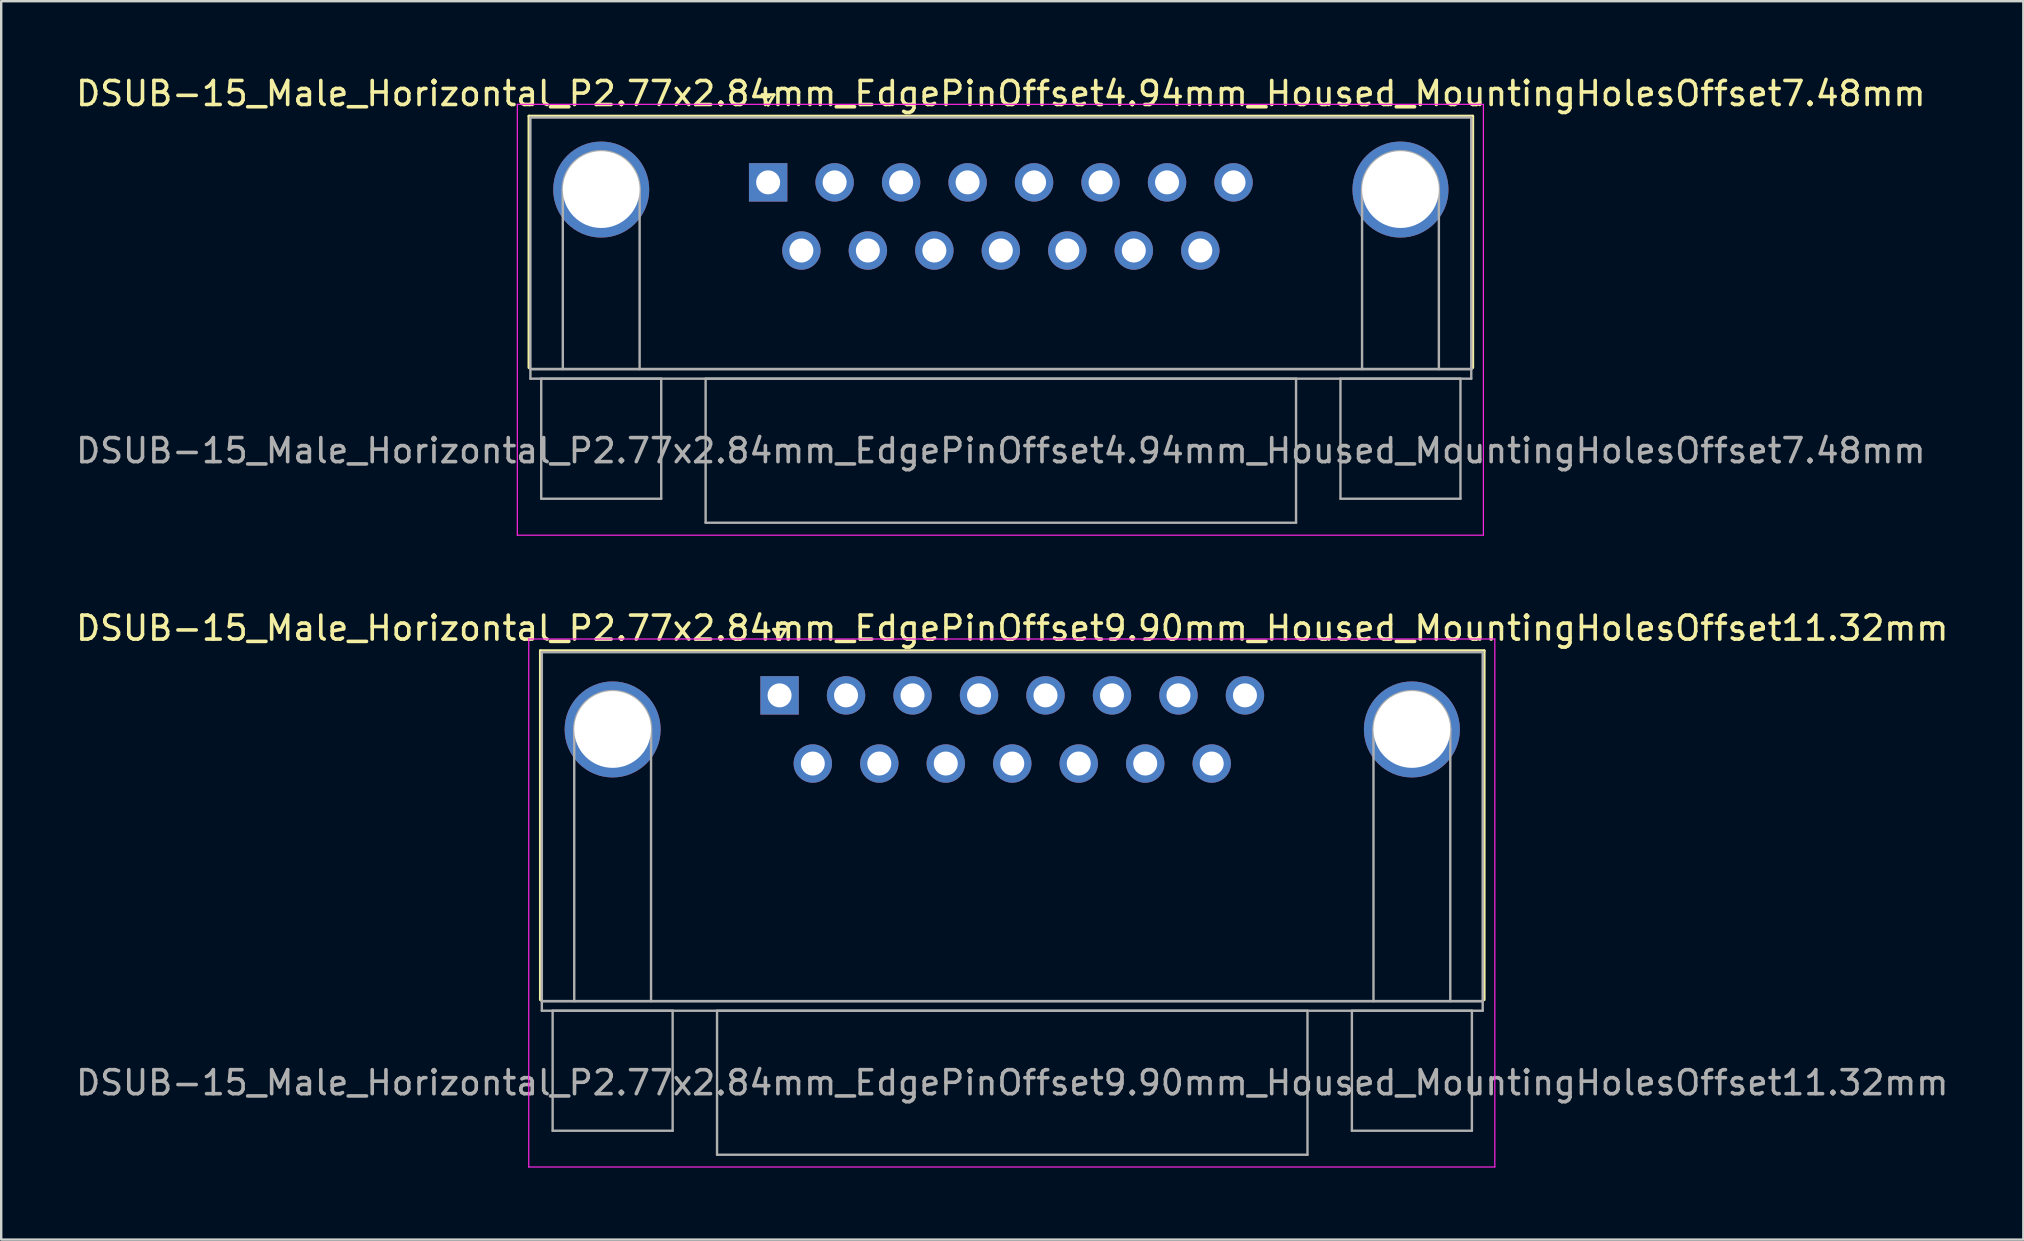
<source format=kicad_pcb>
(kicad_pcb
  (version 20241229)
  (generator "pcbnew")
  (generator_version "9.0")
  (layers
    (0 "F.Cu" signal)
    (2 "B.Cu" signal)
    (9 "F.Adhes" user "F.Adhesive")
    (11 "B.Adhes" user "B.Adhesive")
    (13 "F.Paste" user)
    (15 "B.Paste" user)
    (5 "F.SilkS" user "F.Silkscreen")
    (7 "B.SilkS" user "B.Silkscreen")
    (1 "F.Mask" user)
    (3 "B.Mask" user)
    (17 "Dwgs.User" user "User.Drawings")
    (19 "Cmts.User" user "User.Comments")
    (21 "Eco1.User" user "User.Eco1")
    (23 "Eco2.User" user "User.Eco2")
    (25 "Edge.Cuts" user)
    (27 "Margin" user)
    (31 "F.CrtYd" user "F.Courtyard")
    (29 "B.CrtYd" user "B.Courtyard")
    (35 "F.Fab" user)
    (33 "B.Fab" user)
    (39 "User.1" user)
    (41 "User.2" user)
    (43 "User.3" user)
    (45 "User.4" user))
  (footprint "DSUB-15_Male_Horizontal_P2.77x2.84mm_EdgePinOffset9.90mm_Housed_MountingHolesOffset11.32mm"
    (layer "F.Cu")
    (at 29.43 25.922)
    (property "Reference" "DSUB-15_Male_Horizontal_P2.77x2.84mm_EdgePinOffset9.90mm_Housed_MountingHolesOffset11.32mm" (at 9.695 -2.8 0) (layer "F.SilkS") (effects (font (size 1 1) (thickness 0.15))))
    (attr through_hole)
    (fp_line (start -9.965 -1.86) (end 29.355 -1.86) (stroke (width 0.12) (type solid)) (layer "F.SilkS"))
    (fp_line (start -9.965 12.68) (end -9.965 -1.86) (stroke (width 0.12) (type solid)) (layer "F.SilkS"))
    (fp_line (start -0.25 -2.754) (end 0.25 -2.754) (stroke (width 0.12) (type solid)) (layer "F.SilkS"))
    (fp_line (start 0 -2.321) (end -0.25 -2.754) (stroke (width 0.12) (type solid)) (layer "F.SilkS"))
    (fp_line (start 0.25 -2.754) (end 0 -2.321) (stroke (width 0.12) (type solid)) (layer "F.SilkS"))
    (fp_line (start 29.355 -1.86) (end 29.355 12.68) (stroke (width 0.12) (type solid)) (layer "F.SilkS"))
    (fp_line (start -10.45 -2.35) (end -10.45 19.65) (stroke (width 0.05) (type solid)) (layer "F.CrtYd"))
    (fp_line (start -10.45 19.65) (end 29.8 19.65) (stroke (width 0.05) (type solid)) (layer "F.CrtYd"))
    (fp_line (start 29.8 -2.35) (end -10.45 -2.35) (stroke (width 0.05) (type solid)) (layer "F.CrtYd"))
    (fp_line (start 29.8 19.65) (end 29.8 -2.35) (stroke (width 0.05) (type solid)) (layer "F.CrtYd"))
    (fp_line (start -9.905 -1.8) (end -9.905 12.74) (stroke (width 0.1) (type solid)) (layer "F.Fab"))
    (fp_line (start -9.905 12.74) (end -9.905 13.14) (stroke (width 0.1) (type solid)) (layer "F.Fab"))
    (fp_line (start -9.905 12.74) (end 29.295 12.74) (stroke (width 0.1) (type solid)) (layer "F.Fab"))
    (fp_line (start -9.905 13.14) (end 29.295 13.14) (stroke (width 0.1) (type solid)) (layer "F.Fab"))
    (fp_line (start -9.455 13.14) (end -9.455 18.14) (stroke (width 0.1) (type solid)) (layer "F.Fab"))
    (fp_line (start -9.455 18.14) (end -4.455 18.14) (stroke (width 0.1) (type solid)) (layer "F.Fab"))
    (fp_line (start -8.555 12.74) (end -8.555 1.42) (stroke (width 0.1) (type solid)) (layer "F.Fab"))
    (fp_line (start -5.355 12.74) (end -5.355 1.42) (stroke (width 0.1) (type solid)) (layer "F.Fab"))
    (fp_line (start -4.455 13.14) (end -9.455 13.14) (stroke (width 0.1) (type solid)) (layer "F.Fab"))
    (fp_line (start -4.455 18.14) (end -4.455 13.14) (stroke (width 0.1) (type solid)) (layer "F.Fab"))
    (fp_line (start -2.605 13.14) (end -2.605 19.14) (stroke (width 0.1) (type solid)) (layer "F.Fab"))
    (fp_line (start -2.605 19.14) (end 21.995 19.14) (stroke (width 0.1) (type solid)) (layer "F.Fab"))
    (fp_line (start 21.995 13.14) (end -2.605 13.14) (stroke (width 0.1) (type solid)) (layer "F.Fab"))
    (fp_line (start 21.995 19.14) (end 21.995 13.14) (stroke (width 0.1) (type solid)) (layer "F.Fab"))
    (fp_line (start 23.845 13.14) (end 23.845 18.14) (stroke (width 0.1) (type solid)) (layer "F.Fab"))
    (fp_line (start 23.845 18.14) (end 28.845 18.14) (stroke (width 0.1) (type solid)) (layer "F.Fab"))
    (fp_line (start 24.745 12.74) (end 24.745 1.42) (stroke (width 0.1) (type solid)) (layer "F.Fab"))
    (fp_line (start 27.945 12.74) (end 27.945 1.42) (stroke (width 0.1) (type solid)) (layer "F.Fab"))
    (fp_line (start 28.845 13.14) (end 23.845 13.14) (stroke (width 0.1) (type solid)) (layer "F.Fab"))
    (fp_line (start 28.845 18.14) (end 28.845 13.14) (stroke (width 0.1) (type solid)) (layer "F.Fab"))
    (fp_line (start 29.295 -1.8) (end -9.905 -1.8) (stroke (width 0.1) (type solid)) (layer "F.Fab"))
    (fp_line (start 29.295 12.74) (end -9.905 12.74) (stroke (width 0.1) (type solid)) (layer "F.Fab"))
    (fp_line (start 29.295 12.74) (end 29.295 -1.8) (stroke (width 0.1) (type solid)) (layer "F.Fab"))
    (fp_line (start 29.295 13.14) (end 29.295 12.74) (stroke (width 0.1) (type solid)) (layer "F.Fab"))
    (fp_arc (start -8.555 1.42) (mid -6.955 -0.18) (end -5.355 1.42) (stroke (width 0.1) (type solid)) (layer "F.Fab"))
    (fp_arc (start 24.745 1.42) (mid 26.345 -0.18) (end 27.945 1.42) (stroke (width 0.1) (type solid)) (layer "F.Fab"))
    (fp_text user "${REFERENCE}" (at 9.695 16.14 0) (layer "F.Fab") (effects (font (size 1 1) (thickness 0.15))))
    (pad "0" thru_hole circle (at -6.955 1.42) (size 4 4) (drill 3.2) (layers "*.Cu" "*.Mask"))
    (pad "0" thru_hole circle (at 26.345 1.42) (size 4 4) (drill 3.2) (layers "*.Cu" "*.Mask"))
    (pad "1" thru_hole rect (at 0 0) (size 1.6 1.6) (drill 1) (layers "*.Cu" "*.Mask"))
    (pad "2" thru_hole circle (at 2.77 0) (size 1.6 1.6) (drill 1) (layers "*.Cu" "*.Mask"))
    (pad "3" thru_hole circle (at 5.54 0) (size 1.6 1.6) (drill 1) (layers "*.Cu" "*.Mask"))
    (pad "4" thru_hole circle (at 8.31 0) (size 1.6 1.6) (drill 1) (layers "*.Cu" "*.Mask"))
    (pad "5" thru_hole circle (at 11.08 0) (size 1.6 1.6) (drill 1) (layers "*.Cu" "*.Mask"))
    (pad "6" thru_hole circle (at 13.85 0) (size 1.6 1.6) (drill 1) (layers "*.Cu" "*.Mask"))
    (pad "7" thru_hole circle (at 16.62 0) (size 1.6 1.6) (drill 1) (layers "*.Cu" "*.Mask"))
    (pad "8" thru_hole circle (at 19.39 0) (size 1.6 1.6) (drill 1) (layers "*.Cu" "*.Mask"))
    (pad "9" thru_hole circle (at 1.385 2.84) (size 1.6 1.6) (drill 1) (layers "*.Cu" "*.Mask"))
    (pad "10" thru_hole circle (at 4.155 2.84) (size 1.6 1.6) (drill 1) (layers "*.Cu" "*.Mask"))
    (pad "11" thru_hole circle (at 6.925 2.84) (size 1.6 1.6) (drill 1) (layers "*.Cu" "*.Mask"))
    (pad "12" thru_hole circle (at 9.695 2.84) (size 1.6 1.6) (drill 1) (layers "*.Cu" "*.Mask"))
    (pad "13" thru_hole circle (at 12.465 2.84) (size 1.6 1.6) (drill 1) (layers "*.Cu" "*.Mask"))
    (pad "14" thru_hole circle (at 15.235 2.84) (size 1.6 1.6) (drill 1) (layers "*.Cu" "*.Mask"))
    (pad "15" thru_hole circle (at 18.005 2.84) (size 1.6 1.6) (drill 1) (layers "*.Cu" "*.Mask")))
  (footprint "DSUB-15_Male_Horizontal_P2.77x2.84mm_EdgePinOffset4.94mm_Housed_MountingHolesOffset7.48mm"
    (layer "F.Cu")
    (at 28.954 4.548)
    (property "Reference" "DSUB-15_Male_Horizontal_P2.77x2.84mm_EdgePinOffset4.94mm_Housed_MountingHolesOffset7.48mm" (at 9.695 -3.7 0) (layer "F.SilkS") (effects (font (size 1 1) (thickness 0.15))))
    (attr through_hole)
    (fp_line (start -9.965 -2.76) (end 29.355 -2.76) (stroke (width 0.12) (type solid)) (layer "F.SilkS"))
    (fp_line (start -9.965 7.72) (end -9.965 -2.76) (stroke (width 0.12) (type solid)) (layer "F.SilkS"))
    (fp_line (start -0.25 -3.654) (end 0.25 -3.654) (stroke (width 0.12) (type solid)) (layer "F.SilkS"))
    (fp_line (start 0 -3.221) (end -0.25 -3.654) (stroke (width 0.12) (type solid)) (layer "F.SilkS"))
    (fp_line (start 0.25 -3.654) (end 0 -3.221) (stroke (width 0.12) (type solid)) (layer "F.SilkS"))
    (fp_line (start 29.355 -2.76) (end 29.355 7.72) (stroke (width 0.12) (type solid)) (layer "F.SilkS"))
    (fp_line (start -10.45 -3.25) (end -10.45 14.7) (stroke (width 0.05) (type solid)) (layer "F.CrtYd"))
    (fp_line (start -10.45 14.7) (end 29.8 14.7) (stroke (width 0.05) (type solid)) (layer "F.CrtYd"))
    (fp_line (start 29.8 -3.25) (end -10.45 -3.25) (stroke (width 0.05) (type solid)) (layer "F.CrtYd"))
    (fp_line (start 29.8 14.7) (end 29.8 -3.25) (stroke (width 0.05) (type solid)) (layer "F.CrtYd"))
    (fp_line (start -9.905 -2.7) (end -9.905 7.78) (stroke (width 0.1) (type solid)) (layer "F.Fab"))
    (fp_line (start -9.905 7.78) (end -9.905 8.18) (stroke (width 0.1) (type solid)) (layer "F.Fab"))
    (fp_line (start -9.905 7.78) (end 29.295 7.78) (stroke (width 0.1) (type solid)) (layer "F.Fab"))
    (fp_line (start -9.905 8.18) (end 29.295 8.18) (stroke (width 0.1) (type solid)) (layer "F.Fab"))
    (fp_line (start -9.455 8.18) (end -9.455 13.18) (stroke (width 0.1) (type solid)) (layer "F.Fab"))
    (fp_line (start -9.455 13.18) (end -4.455 13.18) (stroke (width 0.1) (type solid)) (layer "F.Fab"))
    (fp_line (start -8.555 7.78) (end -8.555 0.3) (stroke (width 0.1) (type solid)) (layer "F.Fab"))
    (fp_line (start -5.355 7.78) (end -5.355 0.3) (stroke (width 0.1) (type solid)) (layer "F.Fab"))
    (fp_line (start -4.455 8.18) (end -9.455 8.18) (stroke (width 0.1) (type solid)) (layer "F.Fab"))
    (fp_line (start -4.455 13.18) (end -4.455 8.18) (stroke (width 0.1) (type solid)) (layer "F.Fab"))
    (fp_line (start -2.605 8.18) (end -2.605 14.18) (stroke (width 0.1) (type solid)) (layer "F.Fab"))
    (fp_line (start -2.605 14.18) (end 21.995 14.18) (stroke (width 0.1) (type solid)) (layer "F.Fab"))
    (fp_line (start 21.995 8.18) (end -2.605 8.18) (stroke (width 0.1) (type solid)) (layer "F.Fab"))
    (fp_line (start 21.995 14.18) (end 21.995 8.18) (stroke (width 0.1) (type solid)) (layer "F.Fab"))
    (fp_line (start 23.845 8.18) (end 23.845 13.18) (stroke (width 0.1) (type solid)) (layer "F.Fab"))
    (fp_line (start 23.845 13.18) (end 28.845 13.18) (stroke (width 0.1) (type solid)) (layer "F.Fab"))
    (fp_line (start 24.745 7.78) (end 24.745 0.3) (stroke (width 0.1) (type solid)) (layer "F.Fab"))
    (fp_line (start 27.945 7.78) (end 27.945 0.3) (stroke (width 0.1) (type solid)) (layer "F.Fab"))
    (fp_line (start 28.845 8.18) (end 23.845 8.18) (stroke (width 0.1) (type solid)) (layer "F.Fab"))
    (fp_line (start 28.845 13.18) (end 28.845 8.18) (stroke (width 0.1) (type solid)) (layer "F.Fab"))
    (fp_line (start 29.295 -2.7) (end -9.905 -2.7) (stroke (width 0.1) (type solid)) (layer "F.Fab"))
    (fp_line (start 29.295 7.78) (end -9.905 7.78) (stroke (width 0.1) (type solid)) (layer "F.Fab"))
    (fp_line (start 29.295 7.78) (end 29.295 -2.7) (stroke (width 0.1) (type solid)) (layer "F.Fab"))
    (fp_line (start 29.295 8.18) (end 29.295 7.78) (stroke (width 0.1) (type solid)) (layer "F.Fab"))
    (fp_arc (start -8.555 0.3) (mid -6.955 -1.3) (end -5.355 0.3) (stroke (width 0.1) (type solid)) (layer "F.Fab"))
    (fp_arc (start 24.745 0.3) (mid 26.345 -1.3) (end 27.945 0.3) (stroke (width 0.1) (type solid)) (layer "F.Fab"))
    (fp_text user "${REFERENCE}" (at 9.695 11.18 0) (layer "F.Fab") (effects (font (size 1 1) (thickness 0.15))))
    (pad "0" thru_hole circle (at -6.955 0.3) (size 4 4) (drill 3.2) (layers "*.Cu" "*.Mask"))
    (pad "0" thru_hole circle (at 26.345 0.3) (size 4 4) (drill 3.2) (layers "*.Cu" "*.Mask"))
    (pad "1" thru_hole rect (at 0 0) (size 1.6 1.6) (drill 1) (layers "*.Cu" "*.Mask"))
    (pad "2" thru_hole circle (at 2.77 0) (size 1.6 1.6) (drill 1) (layers "*.Cu" "*.Mask"))
    (pad "3" thru_hole circle (at 5.54 0) (size 1.6 1.6) (drill 1) (layers "*.Cu" "*.Mask"))
    (pad "4" thru_hole circle (at 8.31 0) (size 1.6 1.6) (drill 1) (layers "*.Cu" "*.Mask"))
    (pad "5" thru_hole circle (at 11.08 0) (size 1.6 1.6) (drill 1) (layers "*.Cu" "*.Mask"))
    (pad "6" thru_hole circle (at 13.85 0) (size 1.6 1.6) (drill 1) (layers "*.Cu" "*.Mask"))
    (pad "7" thru_hole circle (at 16.62 0) (size 1.6 1.6) (drill 1) (layers "*.Cu" "*.Mask"))
    (pad "8" thru_hole circle (at 19.39 0) (size 1.6 1.6) (drill 1) (layers "*.Cu" "*.Mask"))
    (pad "9" thru_hole circle (at 1.385 2.84) (size 1.6 1.6) (drill 1) (layers "*.Cu" "*.Mask"))
    (pad "10" thru_hole circle (at 4.155 2.84) (size 1.6 1.6) (drill 1) (layers "*.Cu" "*.Mask"))
    (pad "11" thru_hole circle (at 6.925 2.84) (size 1.6 1.6) (drill 1) (layers "*.Cu" "*.Mask"))
    (pad "12" thru_hole circle (at 9.695 2.84) (size 1.6 1.6) (drill 1) (layers "*.Cu" "*.Mask"))
    (pad "13" thru_hole circle (at 12.465 2.84) (size 1.6 1.6) (drill 1) (layers "*.Cu" "*.Mask"))
    (pad "14" thru_hole circle (at 15.235 2.84) (size 1.6 1.6) (drill 1) (layers "*.Cu" "*.Mask"))
    (pad "15" thru_hole circle (at 18.005 2.84) (size 1.6 1.6) (drill 1) (layers "*.Cu" "*.Mask")))
  (gr_rect
    (start -3 -3)
    (end 81.25 48.596)
    (stroke (width 0.1) (type default))
    (fill no)
    (layer "Edge.Cuts")))
</source>
